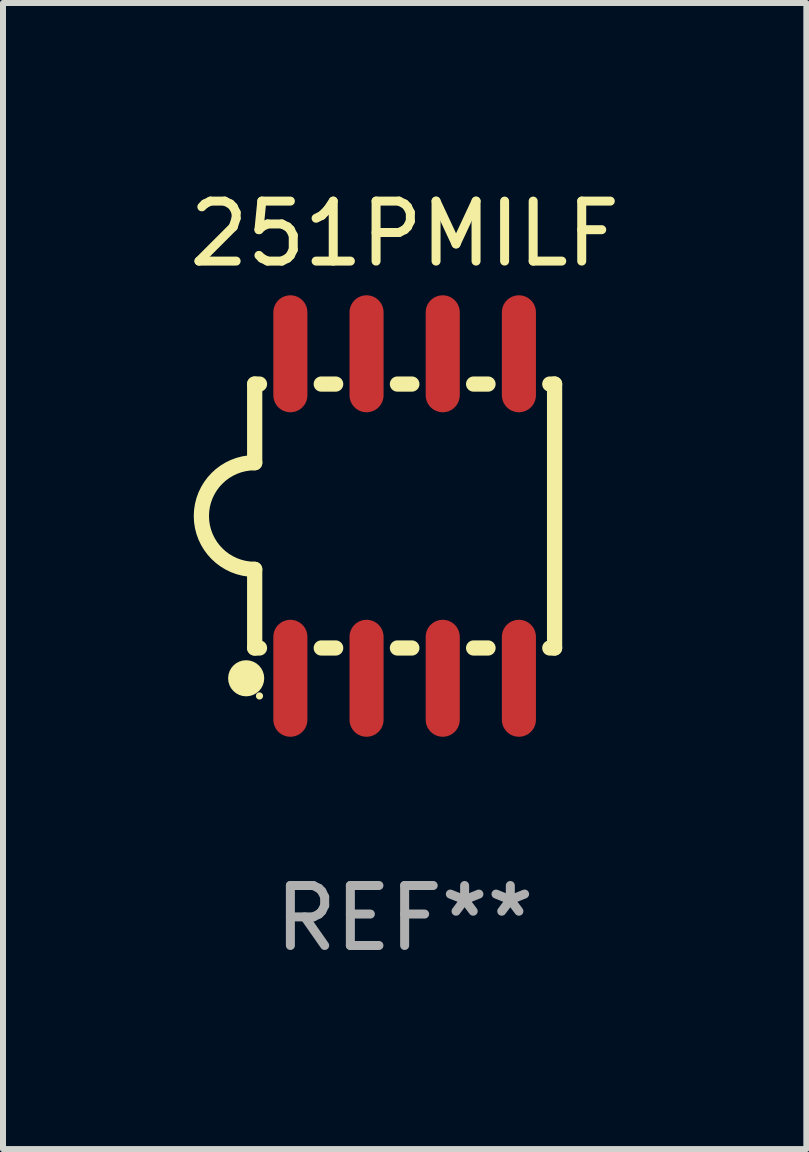
<source format=kicad_pcb>
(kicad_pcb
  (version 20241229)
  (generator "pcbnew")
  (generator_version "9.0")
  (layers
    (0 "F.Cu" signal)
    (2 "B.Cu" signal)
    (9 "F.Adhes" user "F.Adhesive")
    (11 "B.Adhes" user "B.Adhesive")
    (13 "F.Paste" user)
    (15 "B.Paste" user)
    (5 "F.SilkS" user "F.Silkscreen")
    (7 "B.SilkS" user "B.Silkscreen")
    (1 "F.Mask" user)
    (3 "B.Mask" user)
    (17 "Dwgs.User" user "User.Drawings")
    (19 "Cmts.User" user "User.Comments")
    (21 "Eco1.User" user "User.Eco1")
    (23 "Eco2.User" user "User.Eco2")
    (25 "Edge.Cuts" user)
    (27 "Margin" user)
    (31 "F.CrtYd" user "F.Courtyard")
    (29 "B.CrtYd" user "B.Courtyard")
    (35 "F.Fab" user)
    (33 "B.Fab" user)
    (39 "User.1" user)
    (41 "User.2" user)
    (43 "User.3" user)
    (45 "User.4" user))
  (footprint "251PMILF"
    (layer "F.Cu")
    (at 3.696 5.553)
    (property "Reference" "251PMILF" (at 0 -4.705 0) (layer "F.SilkS") (effects (font (size 1 1) (thickness 0.15))))
    (attr through_hole)
    (fp_line (start -2.5 -2.2) (end -2.5 -0.889) (stroke (width 0.254) (type solid)) (layer "F.SilkS"))
    (fp_line (start -2.5 2.2) (end -2.5 0.889) (stroke (width 0.254) (type solid)) (layer "F.SilkS"))
    (fp_line (start -2.42 -2.2) (end -2.5 -2.2) (stroke (width 0.254) (type solid)) (layer "F.SilkS"))
    (fp_line (start -2.42 2.2) (end -2.5 2.2) (stroke (width 0.254) (type solid)) (layer "F.SilkS"))
    (fp_line (start -1.15 -2.2) (end -1.39 -2.2) (stroke (width 0.254) (type solid)) (layer "F.SilkS"))
    (fp_line (start -1.15 2.2) (end -1.39 2.2) (stroke (width 0.254) (type solid)) (layer "F.SilkS"))
    (fp_line (start 0.12 -2.2) (end -0.12 -2.2) (stroke (width 0.254) (type solid)) (layer "F.SilkS"))
    (fp_line (start 0.12 2.2) (end -0.12 2.2) (stroke (width 0.254) (type solid)) (layer "F.SilkS"))
    (fp_line (start 1.39 -2.2) (end 1.15 -2.2) (stroke (width 0.254) (type solid)) (layer "F.SilkS"))
    (fp_line (start 1.39 2.2) (end 1.15 2.2) (stroke (width 0.254) (type solid)) (layer "F.SilkS"))
    (fp_line (start 2.5 -2.2) (end 2.42 -2.2) (stroke (width 0.254) (type solid)) (layer "F.SilkS"))
    (fp_line (start 2.5 -2.2) (end 2.5 2.2) (stroke (width 0.254) (type solid)) (layer "F.SilkS"))
    (fp_line (start 2.5 2.2) (end 2.42 2.2) (stroke (width 0.254) (type solid)) (layer "F.SilkS"))
    (fp_arc (start -2.5 0.889002) (mid -3.388367 -0.000318) (end -2.499365 -0.889002) (stroke (width 0.254001) (type solid)) (layer "F.SilkS"))
    (fp_circle (center -2.642 2.705) (end -2.491 2.705) (stroke (width 0.3) (type solid)) (fill no) (layer "F.SilkS"))
    (fp_circle (center -2.42 3) (end -2.39 3) (stroke (width 0.06) (type solid)) (fill no) (layer "F.SilkS"))
    (fp_text user "REF**" (at 0 6.705 0) (layer "F.Fab") (effects (font (size 1 1) (thickness 0.15))))
    (pad "1" smd oval (at -1.905 2.705) (size 0.568 1.95) (layers "F.Cu" "F.Mask" "F.Paste"))
    (pad "2" smd oval (at -0.635 2.705) (size 0.568 1.95) (layers "F.Cu" "F.Mask" "F.Paste"))
    (pad "3" smd oval (at 0.635 2.705) (size 0.568 1.95) (layers "F.Cu" "F.Mask" "F.Paste"))
    (pad "4" smd oval (at 1.905 2.705) (size 0.568 1.95) (layers "F.Cu" "F.Mask" "F.Paste"))
    (pad "5" smd oval (at 1.905 -2.705) (size 0.568 1.95) (layers "F.Cu" "F.Mask" "F.Paste"))
    (pad "6" smd oval (at 0.635 -2.705) (size 0.568 1.95) (layers "F.Cu" "F.Mask" "F.Paste"))
    (pad "7" smd oval (at -0.635 -2.705) (size 0.568 1.95) (layers "F.Cu" "F.Mask" "F.Paste"))
    (pad "8" smd oval (at -1.905 -2.705) (size 0.568 1.95) (layers "F.Cu" "F.Mask" "F.Paste")))
  (gr_rect
    (start -3 -3)
    (end 10.393 16.107)
    (stroke (width 0.1) (type default))
    (fill no)
    (layer "Edge.Cuts")))
</source>
